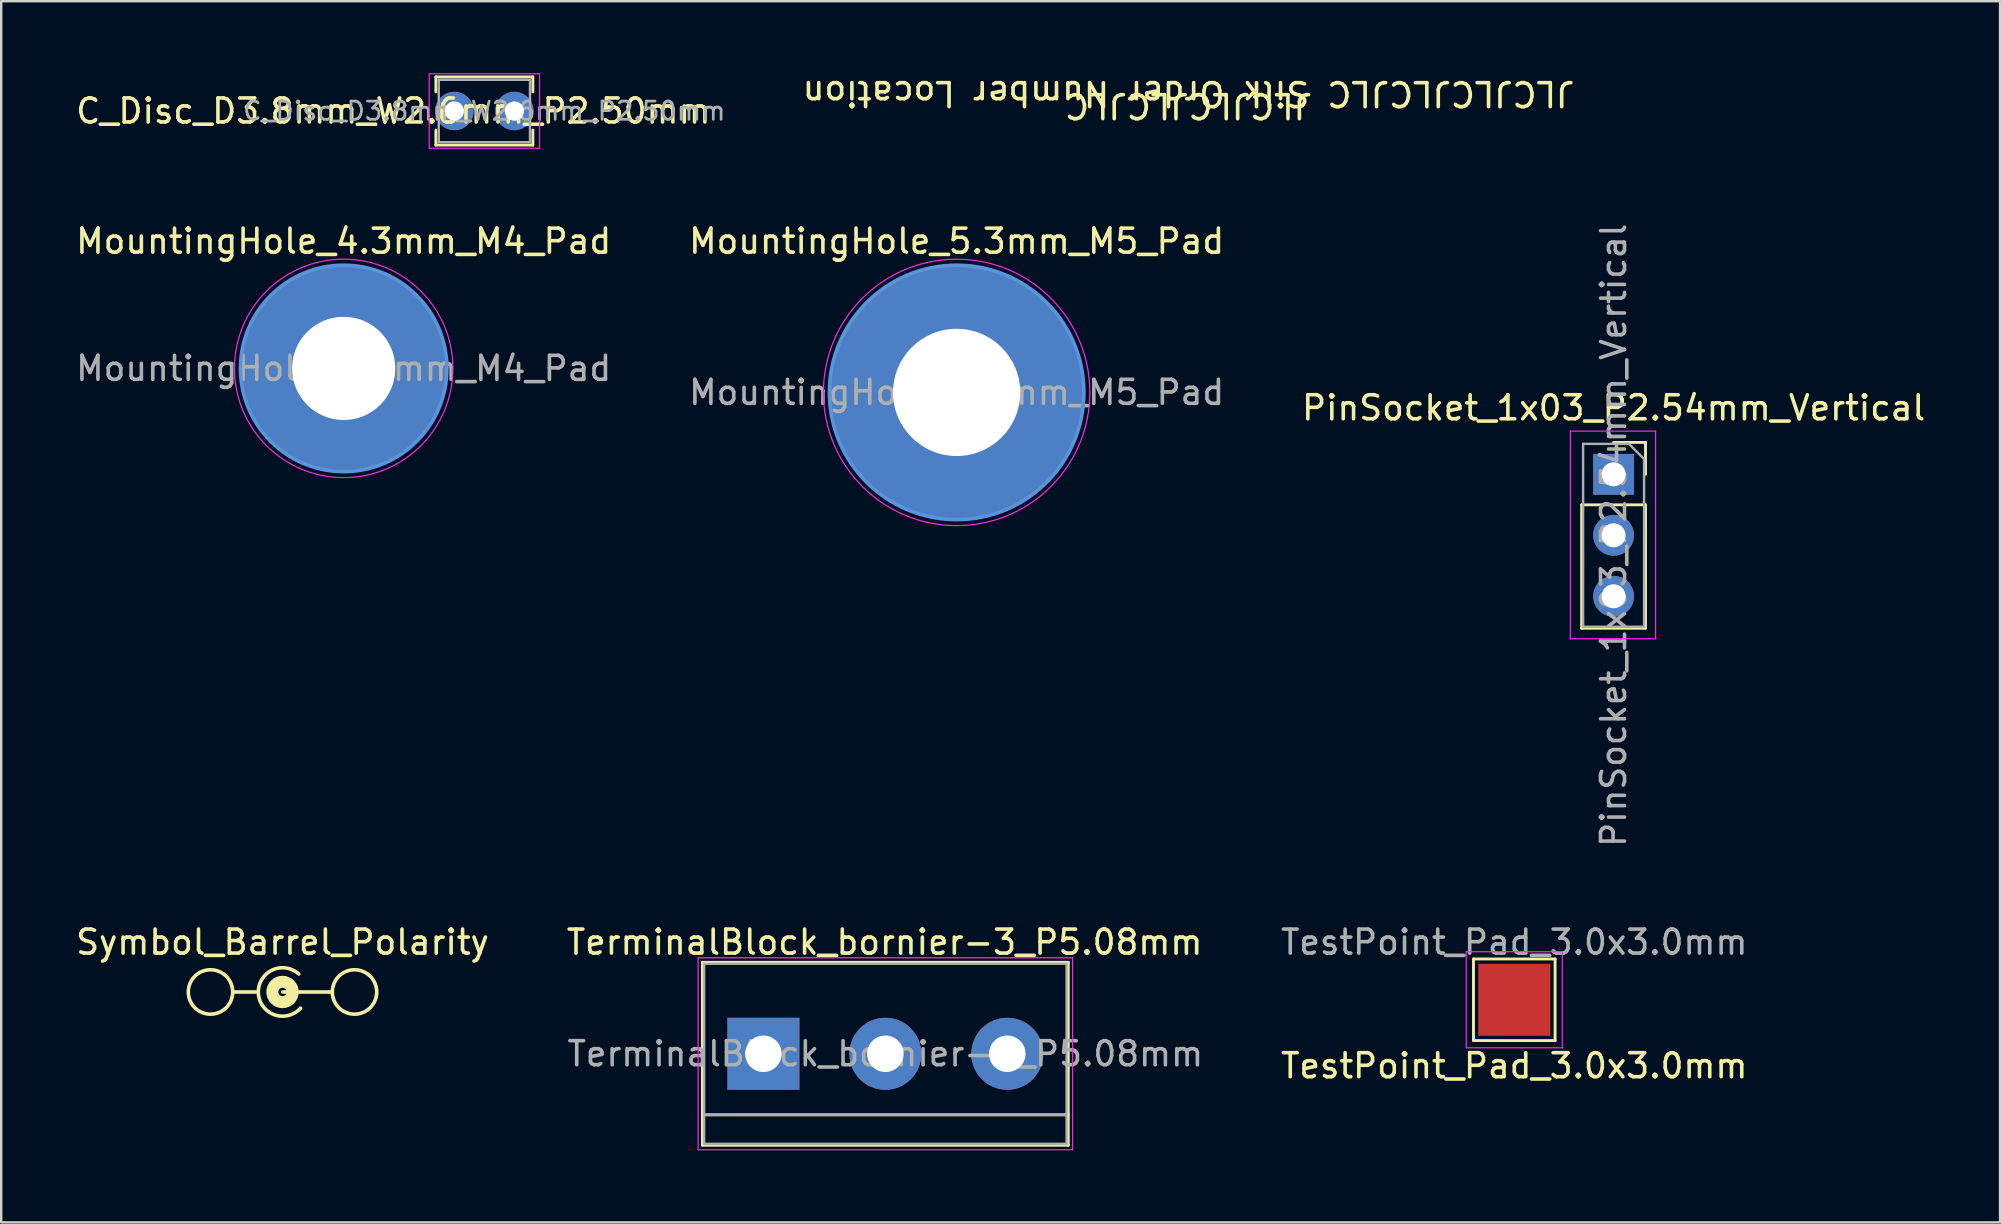
<source format=kicad_pcb>
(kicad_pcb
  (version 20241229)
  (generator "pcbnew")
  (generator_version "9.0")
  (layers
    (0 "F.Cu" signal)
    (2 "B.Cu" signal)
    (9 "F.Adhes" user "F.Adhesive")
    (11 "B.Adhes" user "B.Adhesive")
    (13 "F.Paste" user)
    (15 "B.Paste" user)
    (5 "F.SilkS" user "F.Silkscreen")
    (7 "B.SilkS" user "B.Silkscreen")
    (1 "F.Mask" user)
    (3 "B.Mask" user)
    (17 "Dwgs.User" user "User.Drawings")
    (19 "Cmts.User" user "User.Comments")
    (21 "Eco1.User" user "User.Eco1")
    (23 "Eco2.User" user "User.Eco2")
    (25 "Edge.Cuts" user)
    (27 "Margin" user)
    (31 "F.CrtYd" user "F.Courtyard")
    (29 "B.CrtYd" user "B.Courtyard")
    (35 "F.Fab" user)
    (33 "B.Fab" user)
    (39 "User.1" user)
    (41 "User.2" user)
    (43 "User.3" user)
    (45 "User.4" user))
  (footprint "TestPoint_Pad_3.0x3.0mm"
    (layer "F.Cu")
    (at 60.036 38.601)
    (property "Reference" "TestPoint_Pad_3.0x3.0mm" (at 0 2.75 0) (layer "F.SilkS") (effects (font (size 1 1) (thickness 0.15))))
    (attr exclude_from_pos_files)
    (fp_line (start -1.7 -1.7) (end 1.7 -1.7) (stroke (width 0.12) (type solid)) (layer "F.SilkS"))
    (fp_line (start -1.7 1.7) (end -1.7 -1.7) (stroke (width 0.12) (type solid)) (layer "F.SilkS"))
    (fp_line (start 1.7 -1.7) (end 1.7 1.7) (stroke (width 0.12) (type solid)) (layer "F.SilkS"))
    (fp_line (start 1.7 1.7) (end -1.7 1.7) (stroke (width 0.12) (type solid)) (layer "F.SilkS"))
    (fp_line (start -2 -2) (end -2 2) (stroke (width 0.05) (type solid)) (layer "F.CrtYd"))
    (fp_line (start -2 -2) (end 2 -2) (stroke (width 0.05) (type solid)) (layer "F.CrtYd"))
    (fp_line (start 2 2) (end -2 2) (stroke (width 0.05) (type solid)) (layer "F.CrtYd"))
    (fp_line (start 2 2) (end 2 -2) (stroke (width 0.05) (type solid)) (layer "F.CrtYd"))
    (fp_text user "${REFERENCE}" (at 0 -2.4 0) (layer "F.Fab") (effects (font (size 1 1) (thickness 0.15))))
    (pad "1" smd rect (at 0 0) (size 3 3) (layers "F.Cu" "F.Mask")))
  (footprint "JLCJLCJLCJLC Silk Order Number Location"
    (layer "F.Cu")
    (at 46.464 1.348)
    (property "Reference" "JLCJLCJLCJLC Silk Order Number Location" (at 0 -0.5 180) (unlocked yes) (layer "F.SilkS") (effects (font (size 1 1) (thickness 0.15))))
    (attr through_hole)
    (fp_text user "JLCJLCJLCJLC" (at 0 0 180) (unlocked yes) (layer "F.SilkS") (effects (font (size 1 1) (thickness 0.15)))))
  (footprint "PinSocket_1x03_P2.54mm_Vertical"
    (layer "F.Cu")
    (at 64.173 16.711)
    (property "Reference" "PinSocket_1x03_P2.54mm_Vertical" (at 0 -2.77 0) (layer "F.SilkS") (effects (font (size 1 1) (thickness 0.15))))
    (attr through_hole)
    (fp_line (start -1.33 1.27) (end -1.33 6.41) (stroke (width 0.12) (type solid)) (layer "F.SilkS"))
    (fp_line (start -1.33 1.27) (end 1.33 1.27) (stroke (width 0.12) (type solid)) (layer "F.SilkS"))
    (fp_line (start -1.33 6.41) (end 1.33 6.41) (stroke (width 0.12) (type solid)) (layer "F.SilkS"))
    (fp_line (start 0 -1.33) (end 1.33 -1.33) (stroke (width 0.12) (type solid)) (layer "F.SilkS"))
    (fp_line (start 1.33 -1.33) (end 1.33 0) (stroke (width 0.12) (type solid)) (layer "F.SilkS"))
    (fp_line (start 1.33 1.27) (end 1.33 6.41) (stroke (width 0.12) (type solid)) (layer "F.SilkS"))
    (fp_line (start -1.8 -1.8) (end 1.75 -1.8) (stroke (width 0.05) (type solid)) (layer "F.CrtYd"))
    (fp_line (start -1.8 6.85) (end -1.8 -1.8) (stroke (width 0.05) (type solid)) (layer "F.CrtYd"))
    (fp_line (start 1.75 -1.8) (end 1.75 6.85) (stroke (width 0.05) (type solid)) (layer "F.CrtYd"))
    (fp_line (start 1.75 6.85) (end -1.8 6.85) (stroke (width 0.05) (type solid)) (layer "F.CrtYd"))
    (fp_line (start -1.27 -1.27) (end 0.635 -1.27) (stroke (width 0.1) (type solid)) (layer "F.Fab"))
    (fp_line (start -1.27 6.35) (end -1.27 -1.27) (stroke (width 0.1) (type solid)) (layer "F.Fab"))
    (fp_line (start 0.635 -1.27) (end 1.27 -0.635) (stroke (width 0.1) (type solid)) (layer "F.Fab"))
    (fp_line (start 1.27 -0.635) (end 1.27 6.35) (stroke (width 0.1) (type solid)) (layer "F.Fab"))
    (fp_line (start 1.27 6.35) (end -1.27 6.35) (stroke (width 0.1) (type solid)) (layer "F.Fab"))
    (fp_text user "${REFERENCE}" (at 0 2.54 270) (layer "F.Fab") (effects (font (size 1 1) (thickness 0.15))))
    (pad "1" thru_hole rect (at 0 0) (size 1.7 1.7) (drill 1) (layers "*.Cu" "*.Mask"))
    (pad "2" thru_hole oval (at 0 2.54) (size 1.7 1.7) (drill 1) (layers "*.Cu" "*.Mask"))
    (pad "3" thru_hole oval (at 0 5.08) (size 1.7 1.7) (drill 1) (layers "*.Cu" "*.Mask")))
  (footprint "TerminalBlock_bornier-3_P5.08mm"
    (layer "F.Cu")
    (at 28.754 40.851)
    (property "Reference" "TerminalBlock_bornier-3_P5.08mm" (at 5.05 -4.65 0) (layer "F.SilkS") (effects (font (size 1 1) (thickness 0.15))))
    (attr through_hole)
    (fp_line (start -2.54 -3.81) (end 12.7 -3.81) (stroke (width 0.12) (type solid)) (layer "F.SilkS"))
    (fp_line (start -2.54 2.54) (end 12.7 2.54) (stroke (width 0.12) (type solid)) (layer "F.SilkS"))
    (fp_line (start -2.54 3.81) (end -2.54 -3.81) (stroke (width 0.12) (type solid)) (layer "F.SilkS"))
    (fp_line (start -2.54 3.81) (end 12.7 3.81) (stroke (width 0.12) (type solid)) (layer "F.SilkS"))
    (fp_line (start 12.7 3.81) (end 12.7 -3.81) (stroke (width 0.12) (type solid)) (layer "F.SilkS"))
    (fp_line (start -2.72 -4) (end -2.72 4) (stroke (width 0.05) (type solid)) (layer "F.CrtYd"))
    (fp_line (start -2.72 -4) (end 12.88 -4) (stroke (width 0.05) (type solid)) (layer "F.CrtYd"))
    (fp_line (start 12.88 4) (end -2.72 4) (stroke (width 0.05) (type solid)) (layer "F.CrtYd"))
    (fp_line (start 12.88 4) (end 12.88 -4) (stroke (width 0.05) (type solid)) (layer "F.CrtYd"))
    (fp_line (start -2.47 -3.75) (end 12.63 -3.75) (stroke (width 0.1) (type solid)) (layer "F.Fab"))
    (fp_line (start -2.47 2.55) (end 12.63 2.55) (stroke (width 0.1) (type solid)) (layer "F.Fab"))
    (fp_line (start -2.47 3.75) (end -2.47 -3.75) (stroke (width 0.1) (type solid)) (layer "F.Fab"))
    (fp_line (start 12.63 -3.75) (end 12.63 3.75) (stroke (width 0.1) (type solid)) (layer "F.Fab"))
    (fp_line (start 12.63 3.75) (end -2.47 3.75) (stroke (width 0.1) (type solid)) (layer "F.Fab"))
    (fp_text user "${REFERENCE}" (at 5.08 0 0) (layer "F.Fab") (effects (font (size 1 1) (thickness 0.15))))
    (pad "1" thru_hole rect (at 0 0) (size 3 3) (drill 1.52) (layers "*.Cu" "*.Mask"))
    (pad "2" thru_hole circle (at 5.08 0) (size 3 3) (drill 1.52) (layers "*.Cu" "*.Mask"))
    (pad "3" thru_hole circle (at 10.16 0) (size 3 3) (drill 1.52) (layers "*.Cu" "*.Mask")))
  (footprint "C_Disc_D3.8mm_W2.6mm_P2.50mm"
    (layer "F.Cu")
    (at 15.879 1.575)
    (property "Reference" "C_Disc_D3.8mm_W2.6mm_P2.50mm" (at -2.54 0 180) (layer "F.SilkS") (effects (font (size 1 1) (thickness 0.15))))
    (attr through_hole)
    (fp_line (start -0.77 -1.42) (end -0.77 -0.795) (stroke (width 0.12) (type solid)) (layer "F.SilkS"))
    (fp_line (start -0.77 -1.42) (end 3.27 -1.42) (stroke (width 0.12) (type solid)) (layer "F.SilkS"))
    (fp_line (start -0.77 0.795) (end -0.77 1.42) (stroke (width 0.12) (type solid)) (layer "F.SilkS"))
    (fp_line (start -0.77 1.42) (end 3.27 1.42) (stroke (width 0.12) (type solid)) (layer "F.SilkS"))
    (fp_line (start 3.27 -1.42) (end 3.27 -0.795) (stroke (width 0.12) (type solid)) (layer "F.SilkS"))
    (fp_line (start 3.27 0.795) (end 3.27 1.42) (stroke (width 0.12) (type solid)) (layer "F.SilkS"))
    (fp_line (start -1.05 -1.55) (end -1.05 1.55) (stroke (width 0.05) (type solid)) (layer "F.CrtYd"))
    (fp_line (start -1.05 1.55) (end 3.55 1.55) (stroke (width 0.05) (type solid)) (layer "F.CrtYd"))
    (fp_line (start 3.55 -1.55) (end -1.05 -1.55) (stroke (width 0.05) (type solid)) (layer "F.CrtYd"))
    (fp_line (start 3.55 1.55) (end 3.55 -1.55) (stroke (width 0.05) (type solid)) (layer "F.CrtYd"))
    (fp_line (start -0.65 -1.3) (end -0.65 1.3) (stroke (width 0.1) (type solid)) (layer "F.Fab"))
    (fp_line (start -0.65 1.3) (end 3.15 1.3) (stroke (width 0.1) (type solid)) (layer "F.Fab"))
    (fp_line (start 3.15 -1.3) (end -0.65 -1.3) (stroke (width 0.1) (type solid)) (layer "F.Fab"))
    (fp_line (start 3.15 1.3) (end 3.15 -1.3) (stroke (width 0.1) (type solid)) (layer "F.Fab"))
    (fp_text user "${REFERENCE}" (at 1.25 0 180) (layer "F.Fab") (effects (font (size 0.76 0.76) (thickness 0.114))))
    (pad "1" thru_hole circle (at 0 0) (size 1.6 1.6) (drill 0.8) (layers "*.Cu" "*.Mask"))
    (pad "2" thru_hole circle (at 2.5 0) (size 1.6 1.6) (drill 0.8) (layers "*.Cu" "*.Mask")))
  (footprint "Symbol_Barrel_Polarity"
    (layer "F.Cu")
    (at 8.72 38.201)
    (property "Reference" "Symbol_Barrel_Polarity" (at 0 -2 0) (layer "F.SilkS") (effects (font (size 1 1) (thickness 0.15))))
    (attr exclude_from_pos_files exclude_from_bom)
    (fp_line (start -2 0.075) (end -1.1 0.075) (stroke (width 0.15) (type solid)) (layer "F.SilkS"))
    (fp_line (start 0 0.075) (end 2 0.075) (stroke (width 0.15) (type solid)) (layer "F.SilkS"))
    (fp_arc (start 0.75 0.75) (mid -1.007627 0.128033) (end 0.675 -0.675) (stroke (width 0.15) (type solid)) (layer "F.SilkS"))
    (fp_circle (center -3 0.075) (end -3 1) (stroke (width 0.15) (type solid)) (fill no) (layer "F.SilkS"))
    (fp_circle (center 0 0.075) (end 0 0.25) (stroke (width 0.5) (type solid)) (fill no) (layer "F.SilkS"))
    (fp_circle (center 3 0.075) (end 3 1) (stroke (width 0.15) (type solid)) (fill no) (layer "F.SilkS")))
  (footprint "MountingHole_5.3mm_M5_Pad"
    (layer "F.Cu")
    (at 36.804 13.298)
    (property "Reference" "MountingHole_5.3mm_M5_Pad" (at 0 -6.3 0) (layer "F.SilkS") (effects (font (size 1 1) (thickness 0.15))))
    (attr exclude_from_pos_files exclude_from_bom)
    (fp_circle (center 0 0) (end 5.3 0) (stroke (width 0.15) (type solid)) (fill no) (layer "Cmts.User"))
    (fp_circle (center 0 0) (end 5.55 0) (stroke (width 0.05) (type solid)) (fill no) (layer "F.CrtYd"))
    (fp_text user "${REFERENCE}" (at 0 0 0) (layer "F.Fab") (effects (font (size 1 1) (thickness 0.15))))
    (pad "1" thru_hole circle (at 0 0) (size 10.6 10.6) (drill 5.3) (layers "*.Cu" "*.Mask")))
  (footprint "MountingHole_4.3mm_M4_Pad"
    (layer "F.Cu")
    (at 11.268 12.298)
    (property "Reference" "MountingHole_4.3mm_M4_Pad" (at 0 -5.3 0) (layer "F.SilkS") (effects (font (size 1 1) (thickness 0.15))))
    (attr exclude_from_pos_files exclude_from_bom)
    (fp_circle (center 0 0) (end 4.3 0) (stroke (width 0.15) (type solid)) (fill no) (layer "Cmts.User"))
    (fp_circle (center 0 0) (end 4.55 0) (stroke (width 0.05) (type solid)) (fill no) (layer "F.CrtYd"))
    (fp_text user "${REFERENCE}" (at 0 0 0) (layer "F.Fab") (effects (font (size 1 1) (thickness 0.15))))
    (pad "1" thru_hole circle (at 0 0) (size 8.6 8.6) (drill 4.3) (layers "*.Cu" "*.Mask")))
  (gr_rect
    (start -3 -3)
    (end 80.274 47.876)
    (stroke (width 0.1) (type default))
    (fill no)
    (layer "Edge.Cuts")))
</source>
